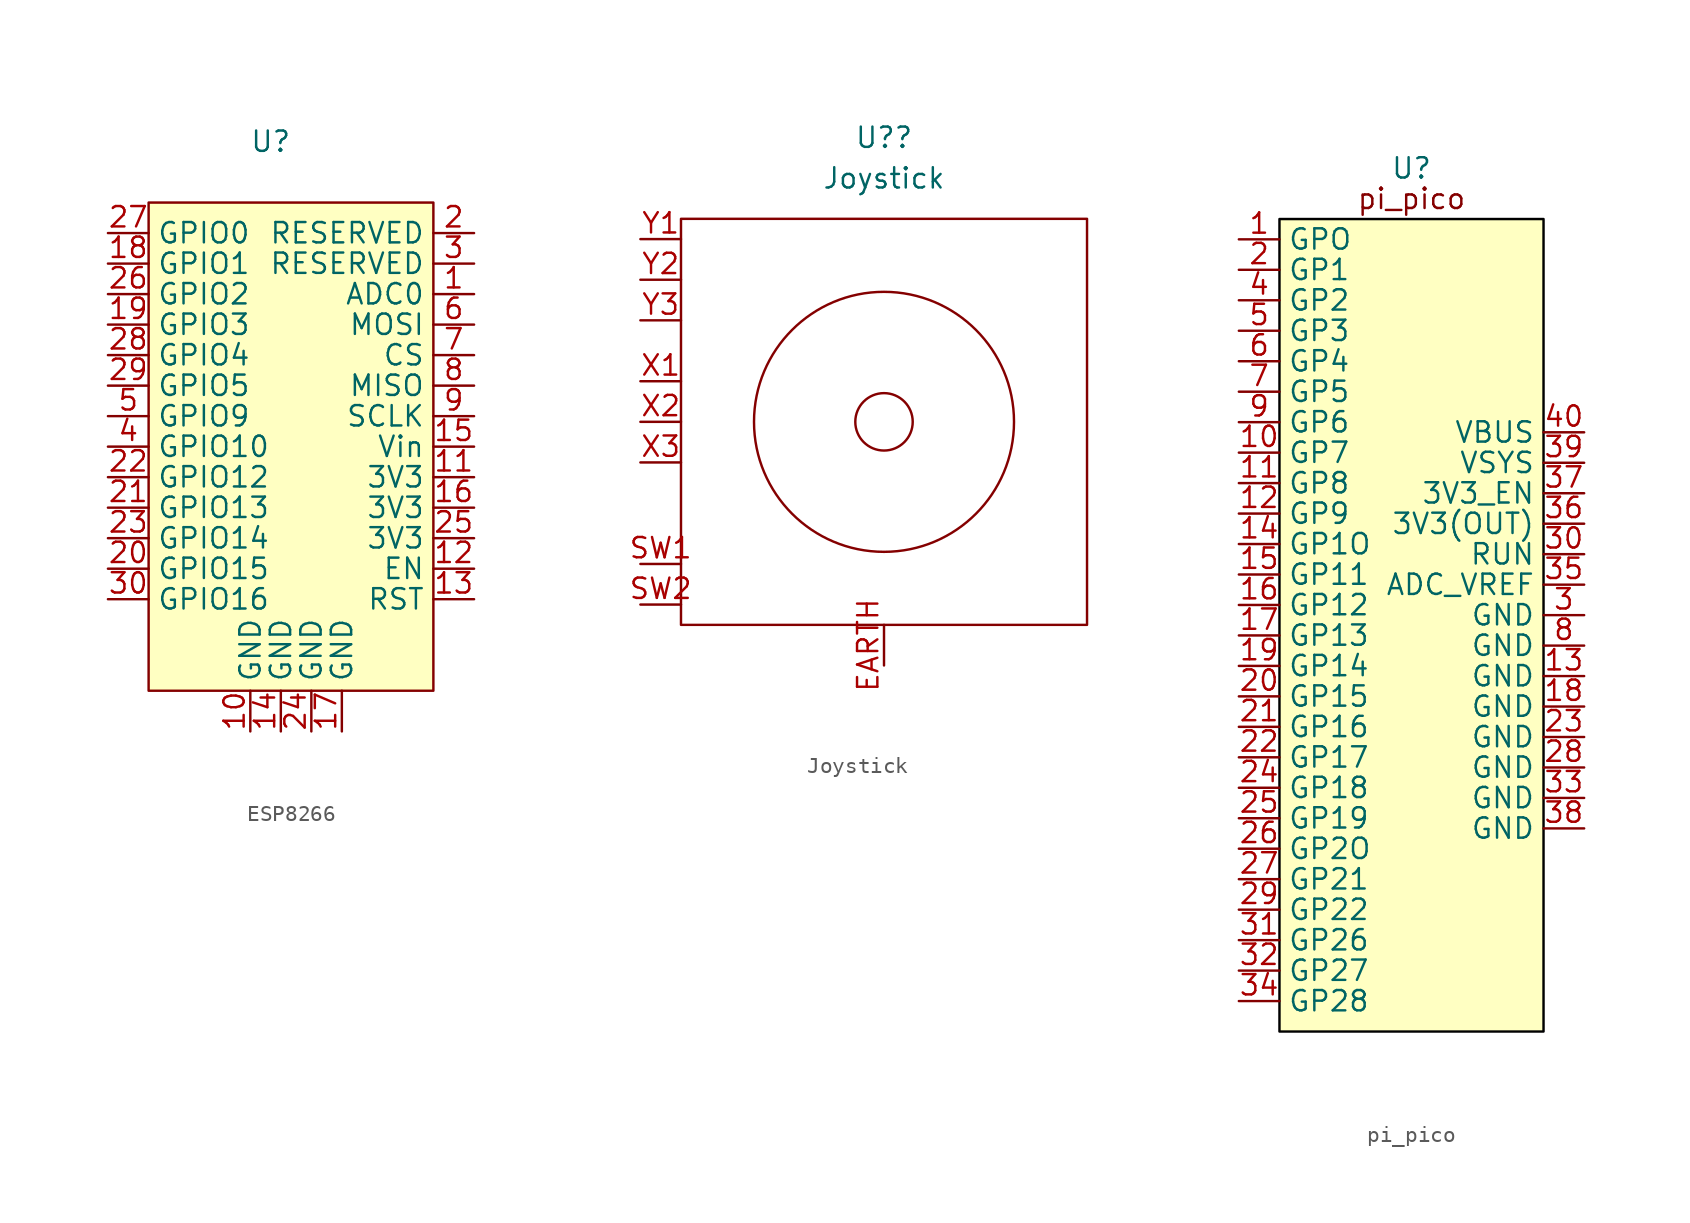
<source format=kicad_sym>
(kicad_symbol_lib
  (version 20220914)
  (generator kicad_symbol_editor)
  (symbol "ESP8266"
    (property "Reference" "U"
      (at 0 7.62 0)
      (effects (font (size 1.27 1.27))))
    (property "Value" ""
      (at -10.16 0 0)
      (effects (font (size 1.27 1.27))))
    (symbol "ESP8266_1_1"
      (rectangle (start -7.62 3.81) (end 10.16 -26.67) (stroke (width 0) (type default)) (fill (type background)))
      (pin bidirectional line (at 12.7 -1.905 180) (length 2.54) (name "ADC0" (effects (font (size 1.27 1.27)))) (number "1" (effects (font (size 1.27 1.27)))))
      (pin power_in line (at -1.27 -29.21 90) (length 2.54) (name "GND" (effects (font (size 1.27 1.27)))) (number "10" (effects (font (size 1.27 1.27)))))
      (pin power_in line (at 12.7 -13.335 180) (length 2.54) (name "3V3" (effects (font (size 1.27 1.27)))) (number "11" (effects (font (size 1.27 1.27)))))
      (pin bidirectional line (at 12.7 -19.05 180) (length 2.54) (name "EN" (effects (font (size 1.27 1.27)))) (number "12" (effects (font (size 1.27 1.27)))))
      (pin bidirectional line (at 12.7 -20.955 180) (length 2.54) (name "RST" (effects (font (size 1.27 1.27)))) (number "13" (effects (font (size 1.27 1.27)))))
      (pin power_in line (at 0.635 -29.21 90) (length 2.54) (name "GND" (effects (font (size 1.27 1.27)))) (number "14" (effects (font (size 1.27 1.27)))))
      (pin power_in line (at 12.7 -11.43 180) (length 2.54) (name "Vin" (effects (font (size 1.27 1.27)))) (number "15" (effects (font (size 1.27 1.27)))))
      (pin power_in line (at 12.7 -15.24 180) (length 2.54) (name "3V3" (effects (font (size 1.27 1.27)))) (number "16" (effects (font (size 1.27 1.27)))))
      (pin power_in line (at 4.445 -29.21 90) (length 2.54) (name "GND" (effects (font (size 1.27 1.27)))) (number "17" (effects (font (size 1.27 1.27)))))
      (pin bidirectional line (at -10.16 0 0) (length 2.54) (name "GPIO1" (effects (font (size 1.27 1.27)))) (number "18" (effects (font (size 1.27 1.27)))))
      (pin bidirectional line (at -10.16 -3.81 0) (length 2.54) (name "GPIO3" (effects (font (size 1.27 1.27)))) (number "19" (effects (font (size 1.27 1.27)))))
      (pin bidirectional line (at 12.7 1.905 180) (length 2.54) (name "RESERVED" (effects (font (size 1.27 1.27)))) (number "2" (effects (font (size 1.27 1.27)))))
      (pin bidirectional line (at -10.16 -19.05 0) (length 2.54) (name "GPIO15" (effects (font (size 1.27 1.27)))) (number "20" (effects (font (size 1.27 1.27)))))
      (pin bidirectional line (at -10.16 -15.24 0) (length 2.54) (name "GPIO13" (effects (font (size 1.27 1.27)))) (number "21" (effects (font (size 1.27 1.27)))))
      (pin bidirectional line (at -10.16 -13.335 0) (length 2.54) (name "GPIO12" (effects (font (size 1.27 1.27)))) (number "22" (effects (font (size 1.27 1.27)))))
      (pin bidirectional line (at -10.16 -17.145 0) (length 2.54) (name "GPIO14" (effects (font (size 1.27 1.27)))) (number "23" (effects (font (size 1.27 1.27)))))
      (pin power_in line (at 2.54 -29.21 90) (length 2.54) (name "GND" (effects (font (size 1.27 1.27)))) (number "24" (effects (font (size 1.27 1.27)))))
      (pin power_in line (at 12.7 -17.145 180) (length 2.54) (name "3V3" (effects (font (size 1.27 1.27)))) (number "25" (effects (font (size 1.27 1.27)))))
      (pin bidirectional line (at -10.16 -1.905 0) (length 2.54) (name "GPIO2" (effects (font (size 1.27 1.27)))) (number "26" (effects (font (size 1.27 1.27)))))
      (pin bidirectional line (at -10.16 1.905 0) (length 2.54) (name "GPIO0" (effects (font (size 1.27 1.27)))) (number "27" (effects (font (size 1.27 1.27)))))
      (pin bidirectional line (at -10.16 -5.715 0) (length 2.54) (name "GPIO4" (effects (font (size 1.27 1.27)))) (number "28" (effects (font (size 1.27 1.27)))))
      (pin bidirectional line (at -10.16 -7.62 0) (length 2.54) (name "GPIO5" (effects (font (size 1.27 1.27)))) (number "29" (effects (font (size 1.27 1.27)))))
      (pin bidirectional line (at 12.7 0 180) (length 2.54) (name "RESERVED" (effects (font (size 1.27 1.27)))) (number "3" (effects (font (size 1.27 1.27)))))
      (pin bidirectional line (at -10.16 -20.955 0) (length 2.54) (name "GPIO16" (effects (font (size 1.27 1.27)))) (number "30" (effects (font (size 1.27 1.27)))))
      (pin bidirectional line (at -10.16 -11.43 0) (length 2.54) (name "GPIO10" (effects (font (size 1.27 1.27)))) (number "4" (effects (font (size 1.27 1.27)))))
      (pin bidirectional line (at -10.16 -9.525 0) (length 2.54) (name "GPIO9" (effects (font (size 1.27 1.27)))) (number "5" (effects (font (size 1.27 1.27)))))
      (pin bidirectional line (at 12.7 -3.81 180) (length 2.54) (name "MOSI" (effects (font (size 1.27 1.27)))) (number "6" (effects (font (size 1.27 1.27)))))
      (pin bidirectional line (at 12.7 -5.715 180) (length 2.54) (name "CS" (effects (font (size 1.27 1.27)))) (number "7" (effects (font (size 1.27 1.27)))))
      (pin bidirectional line (at 12.7 -7.62 180) (length 2.54) (name "MISO" (effects (font (size 1.27 1.27)))) (number "8" (effects (font (size 1.27 1.27)))))
      (pin bidirectional line (at 12.7 -9.525 180) (length 2.54) (name "SCLK" (effects (font (size 1.27 1.27)))) (number "9" (effects (font (size 1.27 1.27)))))))
  (symbol "Joystick"
    (property "Reference" "U?"
      (at 0 1.27 0)
      (effects (font (size 1.27 1.27))))
    (property "Value" "Joystick"
      (at 0 -1.27 0)
      (effects (font (size 1.27 1.27))))
    (symbol "Joystick_0_1"
      (rectangle (start -12.7 -3.81) (end 12.7 -29.21) (stroke (width 0) (type default)) (fill (type none)))
      (circle (center 0 -16.51) (radius 1.796) (stroke (width 0) (type default)) (fill (type none)))
      (circle (center 0 -16.51) (radius 8.132) (stroke (width 0) (type default)) (fill (type none))))
    (symbol "Joystick_1_1"
      (pin passive line (at 0 -29.21 270) (length 2.54) (name "" (effects (font (size 1.27 1.27)))) (number "EARTH" (effects (font (size 1.27 1.27)))))
      (pin bidirectional line (at -15.24 -25.4 0) (length 2.54) (name "" (effects (font (size 1.27 1.27)))) (number "SW1" (effects (font (size 1.27 1.27)))))
      (pin bidirectional line (at -15.24 -27.94 0) (length 2.54) (name "" (effects (font (size 1.27 1.27)))) (number "SW2" (effects (font (size 1.27 1.27)))))
      (pin bidirectional line (at -15.24 -13.97 0) (length 2.54) (name "" (effects (font (size 1.27 1.27)))) (number "X1" (effects (font (size 1.27 1.27)))))
      (pin bidirectional line (at -15.24 -16.51 0) (length 2.54) (name "" (effects (font (size 1.27 1.27)))) (number "X2" (effects (font (size 1.27 1.27)))))
      (pin bidirectional line (at -15.24 -19.05 0) (length 2.54) (name "" (effects (font (size 1.27 1.27)))) (number "X3" (effects (font (size 1.27 1.27)))))
      (pin bidirectional line (at -15.24 -5.08 0) (length 2.54) (name "" (effects (font (size 1.27 1.27)))) (number "Y1" (effects (font (size 1.27 1.27)))))
      (pin bidirectional line (at -15.24 -7.62 0) (length 2.54) (name "" (effects (font (size 1.27 1.27)))) (number "Y2" (effects (font (size 1.27 1.27)))))
      (pin bidirectional line (at -15.24 -10.16 0) (length 2.54) (name "" (effects (font (size 1.27 1.27)))) (number "Y3" (effects (font (size 1.27 1.27)))))))
  (symbol "pi_pico"
    (property "Reference" "U"
      (at 0 31.115 0)
      (effects (font (size 1.27 1.27))))
    (property "Value" ""
      (at -2.54 24.765 0)
      (effects (font (size 1.27 1.27))))
    (symbol "pi_pico_1_1"
      (rectangle (start -8.255 27.94) (end 8.255 -22.86) (stroke (width 0) (type default) (color 0 0 0 1)) (fill (type background)))
      (text "pi_pico" (at 0 29.21 0) (effects (font (size 1.27 1.27))))
      (pin bidirectional line (at -10.795 26.67 0) (length 2.54) (name "GPO" (effects (font (size 1.27 1.27)))) (number "1" (effects (font (size 1.27 1.27)))))
      (pin bidirectional line (at -10.795 13.335 0) (length 2.54) (name "GP7" (effects (font (size 1.27 1.27)))) (number "10" (effects (font (size 1.27 1.27)))))
      (pin bidirectional line (at -10.795 11.43 0) (length 2.54) (name "GP8" (effects (font (size 1.27 1.27)))) (number "11" (effects (font (size 1.27 1.27)))))
      (pin bidirectional line (at -10.795 9.525 0) (length 2.54) (name "GP9" (effects (font (size 1.27 1.27)))) (number "12" (effects (font (size 1.27 1.27)))))
      (pin power_in line (at 10.795 -0.635 180) (length 2.54) (name "GND" (effects (font (size 1.27 1.27)))) (number "13" (effects (font (size 1.27 1.27)))))
      (pin bidirectional line (at -10.795 7.62 0) (length 2.54) (name "GP1O" (effects (font (size 1.27 1.27)))) (number "14" (effects (font (size 1.27 1.27)))))
      (pin bidirectional line (at -10.795 5.715 0) (length 2.54) (name "GP11" (effects (font (size 1.27 1.27)))) (number "15" (effects (font (size 1.27 1.27)))))
      (pin bidirectional line (at -10.795 3.81 0) (length 2.54) (name "GP12" (effects (font (size 1.27 1.27)))) (number "16" (effects (font (size 1.27 1.27)))))
      (pin bidirectional line (at -10.795 1.905 0) (length 2.54) (name "GP13" (effects (font (size 1.27 1.27)))) (number "17" (effects (font (size 1.27 1.27)))))
      (pin power_in line (at 10.795 -2.54 180) (length 2.54) (name "GND" (effects (font (size 1.27 1.27)))) (number "18" (effects (font (size 1.27 1.27)))))
      (pin bidirectional line (at -10.795 0 0) (length 2.54) (name "GP14" (effects (font (size 1.27 1.27)))) (number "19" (effects (font (size 1.27 1.27)))))
      (pin bidirectional line (at -10.795 24.765 0) (length 2.54) (name "GP1" (effects (font (size 1.27 1.27)))) (number "2" (effects (font (size 1.27 1.27)))))
      (pin bidirectional line (at -10.795 -1.905 0) (length 2.54) (name "GP15" (effects (font (size 1.27 1.27)))) (number "20" (effects (font (size 1.27 1.27)))))
      (pin bidirectional line (at -10.795 -3.81 0) (length 2.54) (name "GP16" (effects (font (size 1.27 1.27)))) (number "21" (effects (font (size 1.27 1.27)))))
      (pin bidirectional line (at -10.795 -5.715 0) (length 2.54) (name "GP17" (effects (font (size 1.27 1.27)))) (number "22" (effects (font (size 1.27 1.27)))))
      (pin power_in line (at 10.795 -4.445 180) (length 2.54) (name "GND" (effects (font (size 1.27 1.27)))) (number "23" (effects (font (size 1.27 1.27)))))
      (pin bidirectional line (at -10.795 -7.62 0) (length 2.54) (name "GP18" (effects (font (size 1.27 1.27)))) (number "24" (effects (font (size 1.27 1.27)))))
      (pin bidirectional line (at -10.795 -9.525 0) (length 2.54) (name "GP19" (effects (font (size 1.27 1.27)))) (number "25" (effects (font (size 1.27 1.27)))))
      (pin bidirectional line (at -10.795 -11.43 0) (length 2.54) (name "GP2O" (effects (font (size 1.27 1.27)))) (number "26" (effects (font (size 1.27 1.27)))))
      (pin bidirectional line (at -10.795 -13.335 0) (length 2.54) (name "GP21" (effects (font (size 1.27 1.27)))) (number "27" (effects (font (size 1.27 1.27)))))
      (pin power_in line (at 10.795 -6.35 180) (length 2.54) (name "GND" (effects (font (size 1.27 1.27)))) (number "28" (effects (font (size 1.27 1.27)))))
      (pin bidirectional line (at -10.795 -15.24 0) (length 2.54) (name "GP22" (effects (font (size 1.27 1.27)))) (number "29" (effects (font (size 1.27 1.27)))))
      (pin power_in line (at 10.795 3.175 180) (length 2.54) (name "GND" (effects (font (size 1.27 1.27)))) (number "3" (effects (font (size 1.27 1.27)))))
      (pin power_in line (at 10.795 6.985 180) (length 2.54) (name "RUN" (effects (font (size 1.27 1.27)))) (number "30" (effects (font (size 1.27 1.27)))))
      (pin bidirectional line (at -10.795 -17.145 0) (length 2.54) (name "GP26" (effects (font (size 1.27 1.27)))) (number "31" (effects (font (size 1.27 1.27)))))
      (pin bidirectional line (at -10.795 -19.05 0) (length 2.54) (name "GP27" (effects (font (size 1.27 1.27)))) (number "32" (effects (font (size 1.27 1.27)))))
      (pin power_in line (at 10.795 -8.255 180) (length 2.54) (name "GND" (effects (font (size 1.27 1.27)))) (number "33" (effects (font (size 1.27 1.27)))))
      (pin bidirectional line (at -10.795 -20.955 0) (length 2.54) (name "GP28" (effects (font (size 1.27 1.27)))) (number "34" (effects (font (size 1.27 1.27)))))
      (pin bidirectional line (at 10.795 5.08 180) (length 2.54) (name "ADC_VREF" (effects (font (size 1.27 1.27)))) (number "35" (effects (font (size 1.27 1.27)))))
      (pin power_in line (at 10.795 8.89 180) (length 2.54) (name "3V3(OUT)" (effects (font (size 1.27 1.27)))) (number "36" (effects (font (size 1.27 1.27)))))
      (pin power_in line (at 10.795 10.795 180) (length 2.54) (name "3V3_EN" (effects (font (size 1.27 1.27)))) (number "37" (effects (font (size 1.27 1.27)))))
      (pin power_in line (at 10.795 -10.16 180) (length 2.54) (name "GND" (effects (font (size 1.27 1.27)))) (number "38" (effects (font (size 1.27 1.27)))))
      (pin power_in line (at 10.795 12.7 180) (length 2.54) (name "VSYS" (effects (font (size 1.27 1.27)))) (number "39" (effects (font (size 1.27 1.27)))))
      (pin bidirectional line (at -10.795 22.86 0) (length 2.54) (name "GP2" (effects (font (size 1.27 1.27)))) (number "4" (effects (font (size 1.27 1.27)))))
      (pin power_in line (at 10.795 14.605 180) (length 2.54) (name "VBUS" (effects (font (size 1.27 1.27)))) (number "40" (effects (font (size 1.27 1.27)))))
      (pin bidirectional line (at -10.795 20.955 0) (length 2.54) (name "GP3" (effects (font (size 1.27 1.27)))) (number "5" (effects (font (size 1.27 1.27)))))
      (pin bidirectional line (at -10.795 19.05 0) (length 2.54) (name "GP4" (effects (font (size 1.27 1.27)))) (number "6" (effects (font (size 1.27 1.27)))))
      (pin bidirectional line (at -10.795 17.145 0) (length 2.54) (name "GP5" (effects (font (size 1.27 1.27)))) (number "7" (effects (font (size 1.27 1.27)))))
      (pin power_in line (at 10.795 1.27 180) (length 2.54) (name "GND" (effects (font (size 1.27 1.27)))) (number "8" (effects (font (size 1.27 1.27)))))
      (pin bidirectional line (at -10.795 15.24 0) (length 2.54) (name "GP6" (effects (font (size 1.27 1.27)))) (number "9" (effects (font (size 1.27 1.27))))))))
</source>
